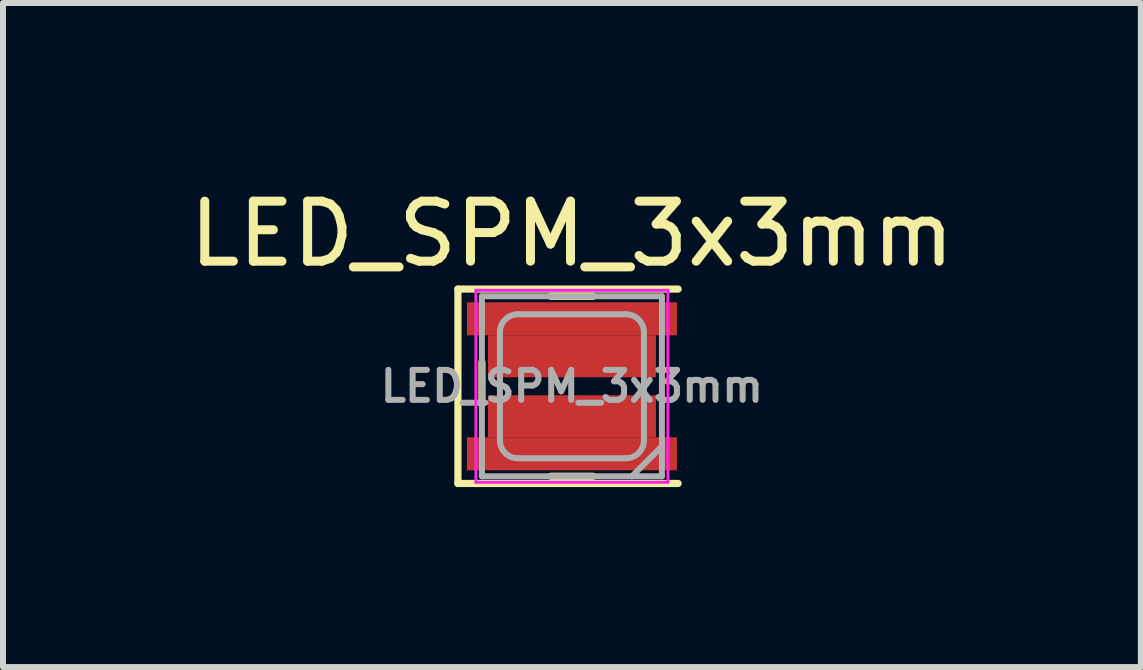
<source format=kicad_pcb>
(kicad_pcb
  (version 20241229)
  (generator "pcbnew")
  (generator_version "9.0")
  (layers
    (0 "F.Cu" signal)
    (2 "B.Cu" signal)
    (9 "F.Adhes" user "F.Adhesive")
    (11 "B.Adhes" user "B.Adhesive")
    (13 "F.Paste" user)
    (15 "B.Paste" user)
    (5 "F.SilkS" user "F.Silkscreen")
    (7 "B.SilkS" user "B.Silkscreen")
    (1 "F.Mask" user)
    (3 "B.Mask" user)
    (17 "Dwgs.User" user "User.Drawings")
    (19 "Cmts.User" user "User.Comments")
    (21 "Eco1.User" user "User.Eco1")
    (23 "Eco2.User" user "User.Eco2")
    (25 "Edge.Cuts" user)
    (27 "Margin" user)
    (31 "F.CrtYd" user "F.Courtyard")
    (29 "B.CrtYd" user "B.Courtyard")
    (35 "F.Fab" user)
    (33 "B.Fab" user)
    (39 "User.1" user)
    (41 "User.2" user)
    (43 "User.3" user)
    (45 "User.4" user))
  (footprint "LED_SPM_3x3mm"
    (layer "F.Cu")
    (at 6.482 3.388)
    (property "Reference" "LED_SPM_3x3mm" (at 0 -2.54 0) (layer "F.SilkS") (effects (font (size 1 1) (thickness 0.15))))
    (attr smd)
    (fp_line (start -1.9 -1.62) (end -1.9 1.62) (stroke (width 0.12) (type solid)) (layer "F.SilkS"))
    (fp_line (start -1.9 1.62) (end 1.77 1.62) (stroke (width 0.12) (type solid)) (layer "F.SilkS"))
    (fp_line (start -1.5 -0.4) (end -1.5 0.3) (stroke (width 0.12) (type solid)) (layer "F.SilkS"))
    (fp_line (start 0.35 -1.5) (end -0.35 -1.5) (stroke (width 0.12) (type solid)) (layer "F.SilkS"))
    (fp_line (start 0.35 1.5) (end -0.35 1.5) (stroke (width 0.12) (type solid)) (layer "F.SilkS"))
    (fp_line (start 1.77 -1.62) (end -1.9 -1.62) (stroke (width 0.12) (type solid)) (layer "F.SilkS"))
    (fp_line (start -1.6 -1.6) (end 1.6 -1.6) (stroke (width 0.05) (type solid)) (layer "F.CrtYd"))
    (fp_line (start -1.6 1.6) (end -1.6 -1.6) (stroke (width 0.05) (type solid)) (layer "F.CrtYd"))
    (fp_line (start 1.6 -1.6) (end 1.6 1.6) (stroke (width 0.05) (type solid)) (layer "F.CrtYd"))
    (fp_line (start 1.6 1.6) (end -1.6 1.6) (stroke (width 0.05) (type solid)) (layer "F.CrtYd"))
    (fp_line (start -1.5 -1.5) (end -1.5 1.5) (stroke (width 0.1) (type solid)) (layer "F.Fab"))
    (fp_line (start -1.5 1.5) (end 1.5 1.5) (stroke (width 0.1) (type solid)) (layer "F.Fab"))
    (fp_line (start -1.2 -0.9) (end -1.2 0.9) (stroke (width 0.1) (type solid)) (layer "F.Fab"))
    (fp_line (start -0.9 1.2) (end 0.9 1.2) (stroke (width 0.1) (type solid)) (layer "F.Fab"))
    (fp_line (start 0.9 -1.2) (end -0.9 -1.2) (stroke (width 0.1) (type solid)) (layer "F.Fab"))
    (fp_line (start 1 1.5) (end 1.5 1) (stroke (width 0.1) (type solid)) (layer "F.Fab"))
    (fp_line (start 1.2 0.9) (end 1.2 -0.9) (stroke (width 0.1) (type solid)) (layer "F.Fab"))
    (fp_line (start 1.5 -1.5) (end -1.5 -1.5) (stroke (width 0.1) (type solid)) (layer "F.Fab"))
    (fp_line (start 1.5 1.5) (end 1.5 -1.5) (stroke (width 0.1) (type solid)) (layer "F.Fab"))
    (fp_arc (start -1.2 -0.9) (mid -1.112132 -1.112132) (end -0.9 -1.2) (stroke (width 0.1) (type solid)) (layer "F.Fab"))
    (fp_arc (start -0.9 1.2) (mid -1.112132 1.112132) (end -1.2 0.9) (stroke (width 0.1) (type solid)) (layer "F.Fab"))
    (fp_arc (start 0.9 -1.2) (mid 1.112132 -1.112132) (end 1.2 -0.9) (stroke (width 0.1) (type solid)) (layer "F.Fab"))
    (fp_arc (start 1.2 0.9) (mid 1.112132 1.112132) (end 0.9 1.2) (stroke (width 0.1) (type solid)) (layer "F.Fab"))
    (fp_text user "${REFERENCE}" (at 0 0 0) (layer "F.Fab") (effects (font (size 0.5 0.5) (thickness 0.1))))
    (pad "1" smd rect (at 0 0.5) (size 2.8 0.7) (layers "F.Cu" "F.Mask" "F.Paste"))
    (pad "1" smd rect (at 0 1.125) (size 3.5 0.55) (layers "F.Cu" "F.Mask" "F.Paste"))
    (pad "2" smd rect (at 0 -1.125) (size 3.5 0.55) (layers "F.Cu" "F.Mask" "F.Paste"))
    (pad "2" smd rect (at 0 -0.5) (size 2.8 0.7) (layers "F.Cu" "F.Mask" "F.Paste")))
  (gr_rect
    (start -3 -3)
    (end 15.964 8.068)
    (stroke (width 0.1) (type default))
    (fill no)
    (layer "Edge.Cuts")))
</source>
